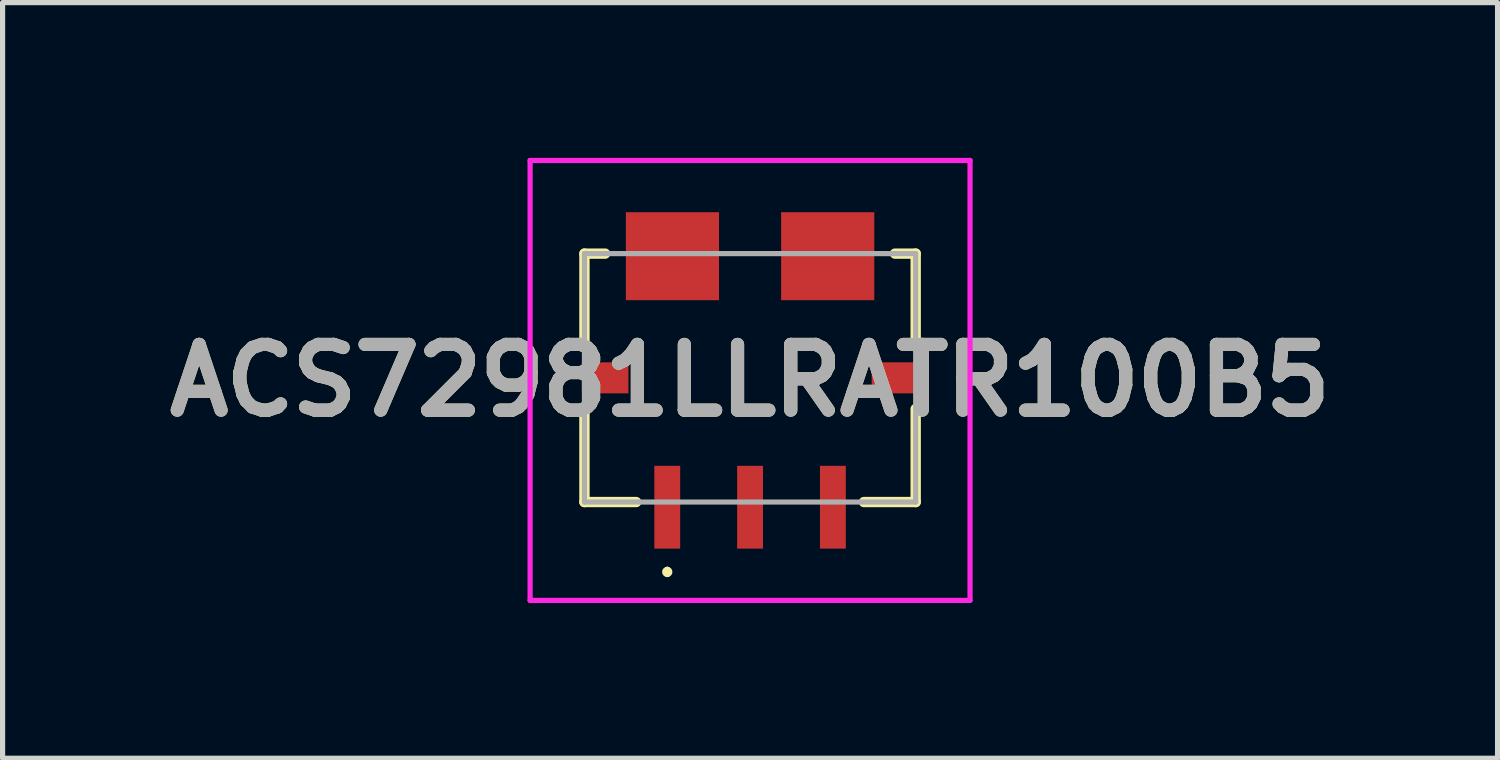
<source format=kicad_pcb>
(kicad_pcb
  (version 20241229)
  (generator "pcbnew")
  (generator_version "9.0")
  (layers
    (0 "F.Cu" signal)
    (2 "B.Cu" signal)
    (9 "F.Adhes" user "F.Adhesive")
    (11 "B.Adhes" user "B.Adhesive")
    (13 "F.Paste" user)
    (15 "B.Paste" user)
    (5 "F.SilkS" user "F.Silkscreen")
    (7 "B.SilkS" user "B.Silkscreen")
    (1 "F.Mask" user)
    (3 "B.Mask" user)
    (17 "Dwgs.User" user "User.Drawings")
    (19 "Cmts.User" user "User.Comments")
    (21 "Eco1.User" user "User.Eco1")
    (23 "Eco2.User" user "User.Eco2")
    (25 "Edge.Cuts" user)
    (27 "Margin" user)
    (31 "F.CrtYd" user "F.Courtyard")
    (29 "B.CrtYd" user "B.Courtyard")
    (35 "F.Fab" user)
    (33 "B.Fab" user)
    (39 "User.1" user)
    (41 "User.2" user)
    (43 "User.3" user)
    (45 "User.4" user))
  (footprint "ACS72981LLRATR100B5"
    (layer "F.Cu")
    (at 11.442 4.25)
    (property "Reference" "ACS72981LLRATR100B5" (at 0 0.05 0) (layer "F.SilkS") (effects (font (size 1.27 1.27) (thickness 0.254))))
    (attr smd)
    (fp_line (start -3.2 -2.4) (end -2.8 -2.4) (stroke (width 0.2) (type solid)) (layer "F.SilkS"))
    (fp_line (start -3.2 -0.6) (end -3.2 -2.4) (stroke (width 0.2) (type solid)) (layer "F.SilkS"))
    (fp_line (start -3.2 0.6) (end -3.2 2.4) (stroke (width 0.2) (type solid)) (layer "F.SilkS"))
    (fp_line (start -3.2 2.4) (end -2.2 2.4) (stroke (width 0.2) (type solid)) (layer "F.SilkS"))
    (fp_line (start -1.6 3.7) (end -1.6 3.7) (stroke (width 0.1) (type solid)) (layer "F.SilkS"))
    (fp_line (start -1.6 3.8) (end -1.6 3.8) (stroke (width 0.1) (type solid)) (layer "F.SilkS"))
    (fp_line (start 2.8 -2.4) (end 3.2 -2.4) (stroke (width 0.2) (type solid)) (layer "F.SilkS"))
    (fp_line (start 3.2 -2.4) (end 3.2 -0.6) (stroke (width 0.2) (type solid)) (layer "F.SilkS"))
    (fp_line (start 3.2 0.6) (end 3.2 2.4) (stroke (width 0.2) (type solid)) (layer "F.SilkS"))
    (fp_line (start 3.2 2.4) (end 2.2 2.4) (stroke (width 0.2) (type solid)) (layer "F.SilkS"))
    (fp_arc (start -1.6 3.7) (mid -1.55 3.75) (end -1.6 3.8) (stroke (width 0.1) (type solid)) (layer "F.SilkS"))
    (fp_arc (start -1.6 3.8) (mid -1.65 3.75) (end -1.6 3.7) (stroke (width 0.1) (type solid)) (layer "F.SilkS"))
    (fp_line (start -4.25 -4.2) (end 4.25 -4.2) (stroke (width 0.1) (type solid)) (layer "F.CrtYd"))
    (fp_line (start -4.25 4.3) (end -4.25 -4.2) (stroke (width 0.1) (type solid)) (layer "F.CrtYd"))
    (fp_line (start 4.25 -4.2) (end 4.25 4.3) (stroke (width 0.1) (type solid)) (layer "F.CrtYd"))
    (fp_line (start 4.25 4.3) (end -4.25 4.3) (stroke (width 0.1) (type solid)) (layer "F.CrtYd"))
    (fp_line (start -3.2 -2.4) (end 3.2 -2.4) (stroke (width 0.1) (type solid)) (layer "F.Fab"))
    (fp_line (start -3.2 2.4) (end -3.2 -2.4) (stroke (width 0.1) (type solid)) (layer "F.Fab"))
    (fp_line (start 3.2 -2.4) (end 3.2 2.4) (stroke (width 0.1) (type solid)) (layer "F.Fab"))
    (fp_line (start 3.2 2.4) (end -3.2 2.4) (stroke (width 0.1) (type solid)) (layer "F.Fab"))
    (fp_text user "${REFERENCE}" (at 0 0.05 0) (layer "F.Fab") (effects (font (size 1.27 1.27) (thickness 0.254))))
    (pad "1" smd rect (at -1.6 2.5) (size 0.5 1.6) (layers "F.Cu" "F.Mask" "F.Paste"))
    (pad "2" smd rect (at 0 2.5) (size 0.5 1.6) (layers "F.Cu" "F.Mask" "F.Paste"))
    (pad "3" smd rect (at 1.6 2.5) (size 0.5 1.6) (layers "F.Cu" "F.Mask" "F.Paste"))
    (pad "4" smd rect (at 2.8 0 90) (size 0.6 0.9) (layers "F.Cu" "F.Mask" "F.Paste"))
    (pad "5" smd rect (at 1.5 -2.35 90) (size 1.7 1.8) (layers "F.Cu" "F.Mask" "F.Paste"))
    (pad "6" smd rect (at -1.5 -2.35 90) (size 1.7 1.8) (layers "F.Cu" "F.Mask" "F.Paste"))
    (pad "7" smd rect (at -2.8 0 90) (size 0.6 0.9) (layers "F.Cu" "F.Mask" "F.Paste")))
  (gr_rect
    (start -3 -3)
    (end 25.884 11.6)
    (stroke (width 0.1) (type default))
    (fill no)
    (layer "Edge.Cuts")))
</source>
